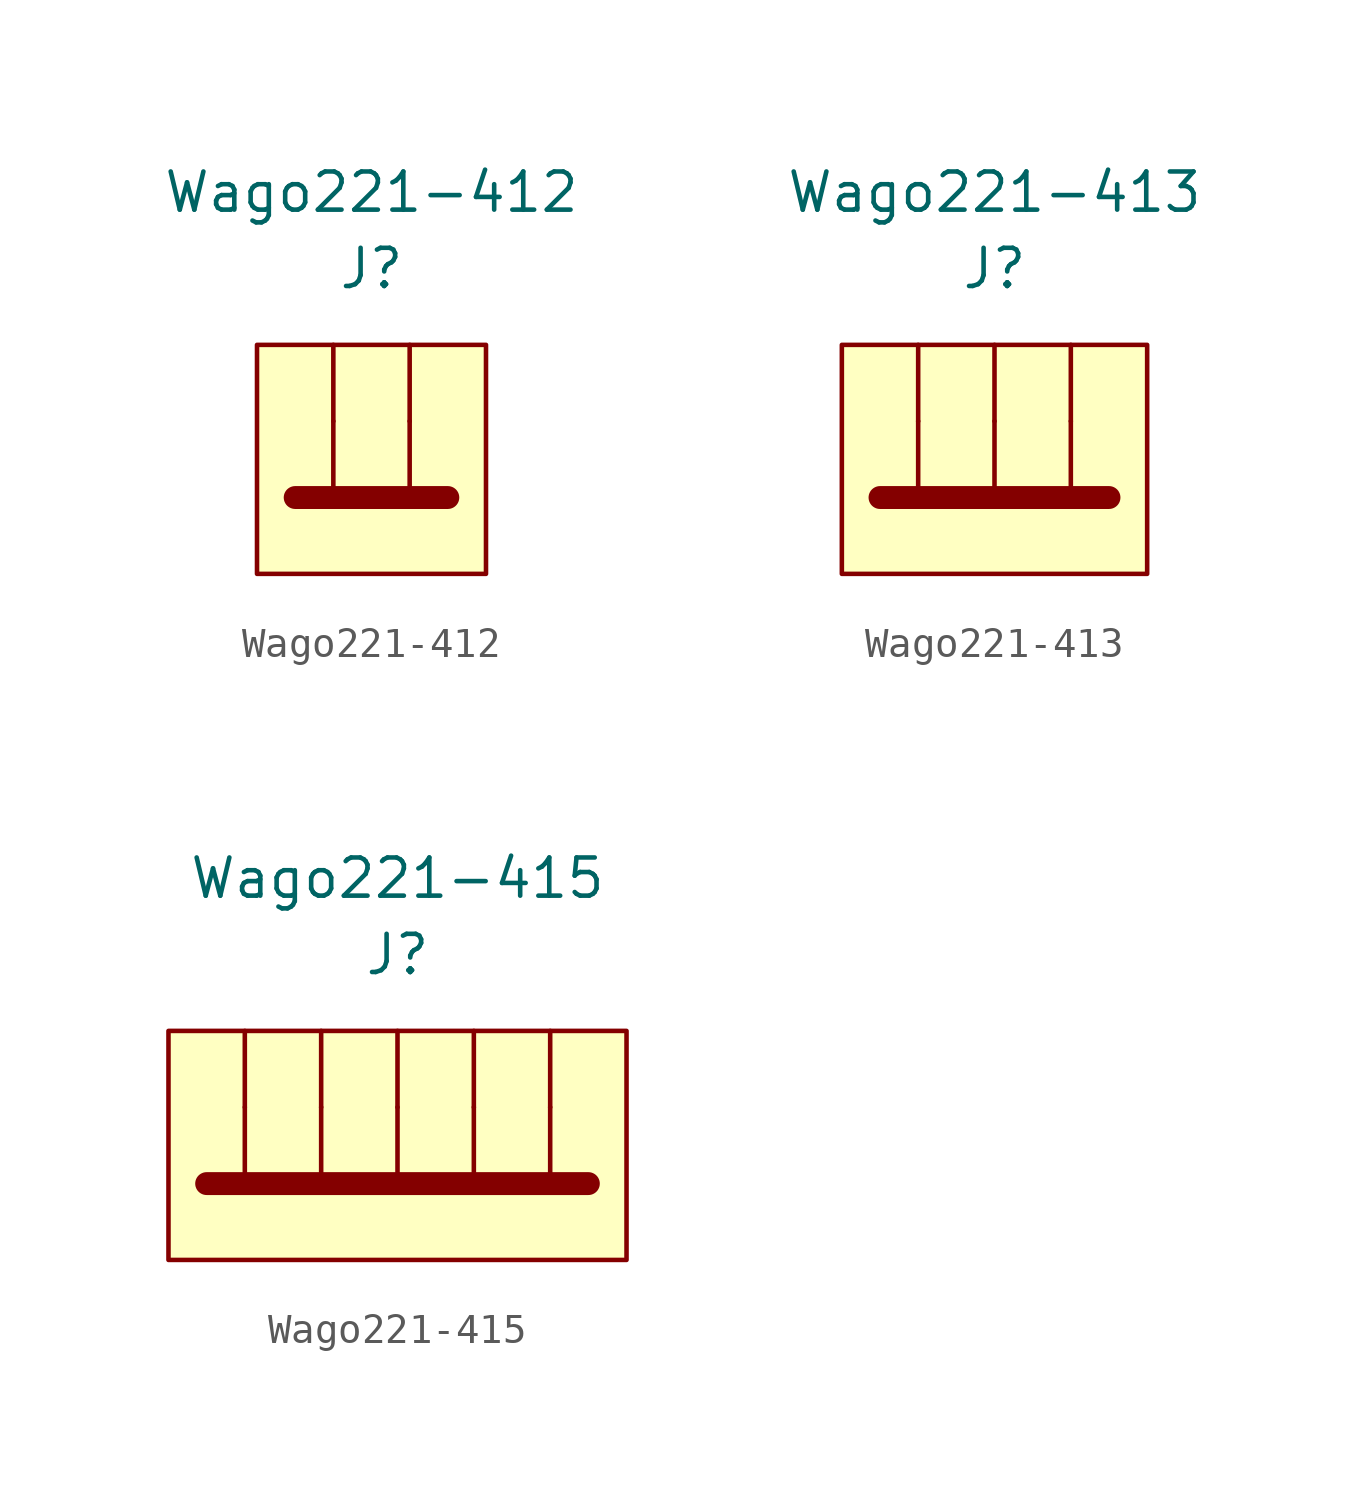
<source format=kicad_sym>
(kicad_symbol_lib
  (version 20211014)
  (generator kicad_symbol_editor)
  (symbol "Wago221-412"
    (pin_numbers hide)
    (pin_names hide)
    (property "Reference" "J"
      (at 0 2.54 0)
      (effects (font (size 1.27 1.27))))
    (property "Value" "Wago221-412"
      (at 0 5.08 0)
      (effects (font (size 1.27 1.27))))
    (symbol "Wago221-412_0_1"
      (rectangle (start -3.81 0) (end 3.81 -7.62) (stroke (width 0.152) (type default) (color 0 0 0 0)) (fill (type background)))
      (polyline (pts (xy -2.54 -5.08) (xy 2.54 -5.08)) (stroke (width 0.762) (type default) (color 0 0 0 0)) (fill (type none)))
      (polyline (pts (xy -1.27 -2.54) (xy -1.27 -5.08)) (stroke (width 0.152) (type default) (color 0 0 0 0)) (fill (type none)))
      (polyline (pts (xy 1.27 -2.54) (xy 1.27 -5.08)) (stroke (width 0.152) (type default) (color 0 0 0 0)) (fill (type none))))
    (symbol "Wago221-412_1_1"
      (pin passive line (at -1.27 0 270) (length 2.54) (name "~" (effects (font (size 1.27 1.27)))) (number "1" (effects (font (size 1.27 1.27)))))
      (pin passive line (at 1.27 0 270) (length 2.54) (name "~" (effects (font (size 1.27 1.27)))) (number "2" (effects (font (size 1.27 1.27)))))))
  (symbol "Wago221-413"
    (pin_numbers hide)
    (pin_names hide)
    (property "Reference" "J"
      (at 0 2.54 0)
      (effects (font (size 1.27 1.27))))
    (property "Value" "Wago221-413"
      (at 0 5.08 0)
      (effects (font (size 1.27 1.27))))
    (symbol "Wago221-413_0_1"
      (rectangle (start -5.08 0) (end 5.08 -7.62) (stroke (width 0.152) (type default) (color 0 0 0 0)) (fill (type background)))
      (polyline (pts (xy -3.81 -5.08) (xy 3.81 -5.08)) (stroke (width 0.762) (type default) (color 0 0 0 0)) (fill (type none)))
      (polyline (pts (xy -2.54 -2.54) (xy -2.54 -5.08)) (stroke (width 0.152) (type default) (color 0 0 0 0)) (fill (type none)))
      (polyline (pts (xy 0 -2.54) (xy 0 -5.08)) (stroke (width 0.152) (type default) (color 0 0 0 0)) (fill (type none)))
      (polyline (pts (xy 2.54 -2.54) (xy 2.54 -5.08)) (stroke (width 0.152) (type default) (color 0 0 0 0)) (fill (type none))))
    (symbol "Wago221-413_1_1"
      (pin passive line (at -2.54 0 270) (length 2.54) (name "~" (effects (font (size 1.27 1.27)))) (number "1" (effects (font (size 1.27 1.27)))))
      (pin passive line (at 0 0 270) (length 2.54) (name "~" (effects (font (size 1.27 1.27)))) (number "2" (effects (font (size 1.27 1.27)))))
      (pin passive line (at 2.54 0 270) (length 2.54) (name "~" (effects (font (size 1.27 1.27)))) (number "3" (effects (font (size 1.27 1.27)))))))
  (symbol "Wago221-415"
    (pin_numbers hide)
    (pin_names hide)
    (property "Reference" "J"
      (at 0 2.54 0)
      (effects (font (size 1.27 1.27))))
    (property "Value" "Wago221-415"
      (at 0 5.08 0)
      (effects (font (size 1.27 1.27))))
    (symbol "Wago221-415_0_1"
      (rectangle (start -7.62 0) (end 7.62 -7.62) (stroke (width 0.152) (type default) (color 0 0 0 0)) (fill (type background)))
      (polyline (pts (xy -6.35 -5.08) (xy 6.35 -5.08)) (stroke (width 0.762) (type default) (color 0 0 0 0)) (fill (type none)))
      (polyline (pts (xy -5.08 -2.54) (xy -5.08 -5.08)) (stroke (width 0.152) (type default) (color 0 0 0 0)) (fill (type none)))
      (polyline (pts (xy -2.54 -2.54) (xy -2.54 -5.08)) (stroke (width 0.152) (type default) (color 0 0 0 0)) (fill (type none)))
      (polyline (pts (xy 0 -2.54) (xy 0 -5.08)) (stroke (width 0.152) (type default) (color 0 0 0 0)) (fill (type none)))
      (polyline (pts (xy 2.54 -2.54) (xy 2.54 -5.08)) (stroke (width 0.152) (type default) (color 0 0 0 0)) (fill (type none)))
      (polyline (pts (xy 5.08 -2.54) (xy 5.08 -5.08)) (stroke (width 0.152) (type default) (color 0 0 0 0)) (fill (type none))))
    (symbol "Wago221-415_1_1"
      (pin passive line (at -5.08 0 270) (length 2.54) (name "~" (effects (font (size 1.27 1.27)))) (number "1" (effects (font (size 1.27 1.27)))))
      (pin passive line (at -2.54 0 270) (length 2.54) (name "~" (effects (font (size 1.27 1.27)))) (number "2" (effects (font (size 1.27 1.27)))))
      (pin passive line (at 0 0 270) (length 2.54) (name "~" (effects (font (size 1.27 1.27)))) (number "3" (effects (font (size 1.27 1.27)))))
      (pin passive line (at 2.54 0 270) (length 2.54) (name "~" (effects (font (size 1.27 1.27)))) (number "4" (effects (font (size 1.27 1.27)))))
      (pin passive line (at 5.08 0 270) (length 2.54) (name "~" (effects (font (size 1.27 1.27)))) (number "5" (effects (font (size 1.27 1.27))))))))
</source>
